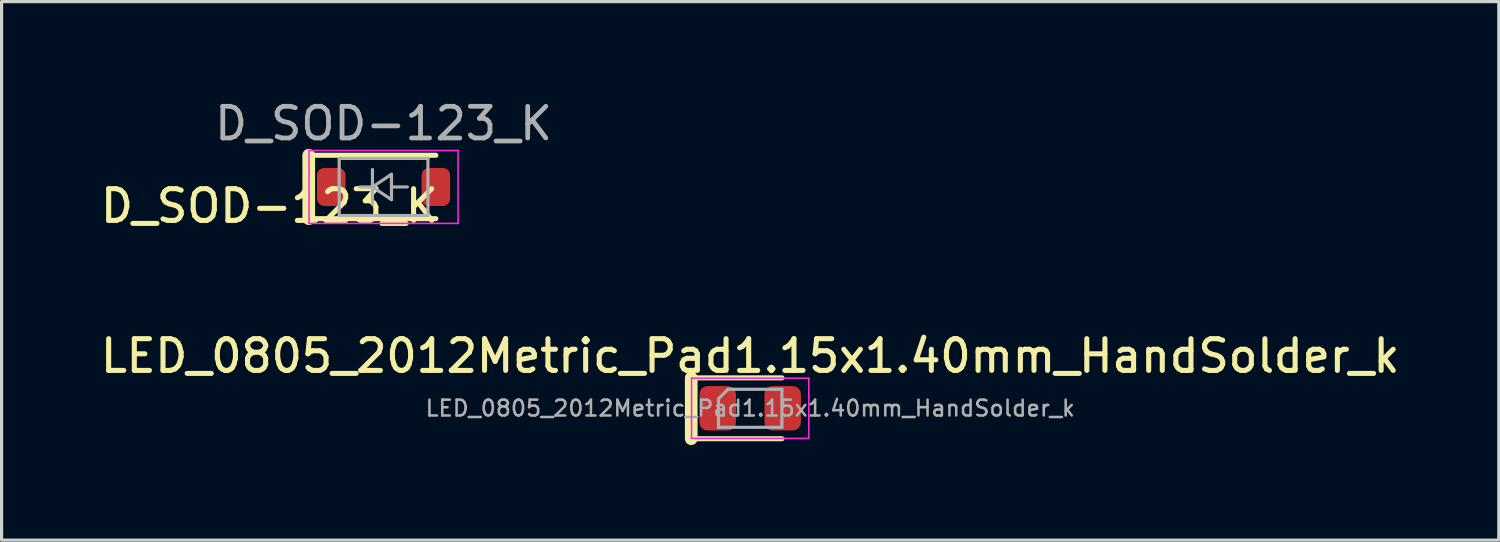
<source format=kicad_pcb>
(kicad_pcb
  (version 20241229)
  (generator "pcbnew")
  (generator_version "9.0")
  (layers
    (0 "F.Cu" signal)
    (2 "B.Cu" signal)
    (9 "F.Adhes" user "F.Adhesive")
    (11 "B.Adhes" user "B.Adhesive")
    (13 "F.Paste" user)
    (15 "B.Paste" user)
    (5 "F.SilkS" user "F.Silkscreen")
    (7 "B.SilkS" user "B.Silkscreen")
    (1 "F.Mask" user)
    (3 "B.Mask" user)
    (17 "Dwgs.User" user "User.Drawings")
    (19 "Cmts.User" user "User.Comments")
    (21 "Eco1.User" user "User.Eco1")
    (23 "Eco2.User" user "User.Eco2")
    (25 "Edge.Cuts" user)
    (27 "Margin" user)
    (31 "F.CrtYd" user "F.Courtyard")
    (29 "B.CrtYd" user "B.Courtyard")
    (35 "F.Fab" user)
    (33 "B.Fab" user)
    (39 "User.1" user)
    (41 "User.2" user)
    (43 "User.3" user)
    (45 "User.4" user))
  (footprint "D_SOD-123_K"
    (layer "F.Cu")
    (at 9.05 2.848)
    (property "Reference" "D_SOD-123_K" (at -3.6 0.6 180) (layer "F.SilkS") (effects (font (size 1 1) (thickness 0.16))))
    (attr smd)
    (fp_line (start -2.36 -1) (end -2.36 1) (stroke (width 0.4) (type solid)) (layer "F.SilkS"))
    (fp_line (start -2.36 -1) (end 1.65 -1) (stroke (width 0.16) (type solid)) (layer "F.SilkS"))
    (fp_line (start -2.36 1) (end 1.65 1) (stroke (width 0.16) (type solid)) (layer "F.SilkS"))
    (fp_line (start -2.35 -1.15) (end -2.35 1.15) (stroke (width 0.05) (type solid)) (layer "F.CrtYd"))
    (fp_line (start -2.35 -1.15) (end 2.35 -1.15) (stroke (width 0.05) (type solid)) (layer "F.CrtYd"))
    (fp_line (start 2.35 -1.15) (end 2.35 1.15) (stroke (width 0.05) (type solid)) (layer "F.CrtYd"))
    (fp_line (start 2.35 1.15) (end -2.35 1.15) (stroke (width 0.05) (type solid)) (layer "F.CrtYd"))
    (fp_line (start -1.4 -0.9) (end 1.4 -0.9) (stroke (width 0.1) (type solid)) (layer "F.Fab"))
    (fp_line (start -1.4 0.9) (end -1.4 -0.9) (stroke (width 0.1) (type solid)) (layer "F.Fab"))
    (fp_line (start -0.75 0) (end -0.35 0) (stroke (width 0.1) (type solid)) (layer "F.Fab"))
    (fp_line (start -0.35 0) (end -0.35 -0.55) (stroke (width 0.1) (type solid)) (layer "F.Fab"))
    (fp_line (start -0.35 0) (end -0.35 0.55) (stroke (width 0.1) (type solid)) (layer "F.Fab"))
    (fp_line (start -0.35 0) (end 0.25 -0.4) (stroke (width 0.1) (type solid)) (layer "F.Fab"))
    (fp_line (start 0.25 -0.4) (end 0.25 0.4) (stroke (width 0.1) (type solid)) (layer "F.Fab"))
    (fp_line (start 0.25 0) (end 0.75 0) (stroke (width 0.1) (type solid)) (layer "F.Fab"))
    (fp_line (start 0.25 0.4) (end -0.35 0) (stroke (width 0.1) (type solid)) (layer "F.Fab"))
    (fp_line (start 1.4 -0.9) (end 1.4 0.9) (stroke (width 0.1) (type solid)) (layer "F.Fab"))
    (fp_line (start 1.4 0.9) (end -1.4 0.9) (stroke (width 0.1) (type solid)) (layer "F.Fab"))
    (fp_text user "${REFERENCE}" (at 0 -2 180) (layer "F.Fab") (effects (font (size 1 1) (thickness 0.15))))
    (pad "1" smd roundrect (at -1.65 0) (size 0.9 1.2) (layers "F.Cu" "F.Mask" "F.Paste") (roundrect_rratio 0.25))
    (pad "2" smd roundrect (at 1.65 0) (size 0.9 1.2) (layers "F.Cu" "F.Mask" "F.Paste") (roundrect_rratio 0.25)))
  (footprint "LED_0805_2012Metric_Pad1.15x1.40mm_HandSolder_k"
    (layer "F.Cu")
    (at 20.616 9.83)
    (property "Reference" "LED_0805_2012Metric_Pad1.15x1.40mm_HandSolder_k" (at 0 -1.65 0) (layer "F.SilkS") (effects (font (size 1 1) (thickness 0.16))))
    (attr smd)
    (fp_line (start -1.86 -0.96) (end -1.86 0.96) (stroke (width 0.4) (type solid)) (layer "F.SilkS"))
    (fp_line (start -1.86 0.96) (end 1 0.96) (stroke (width 0.16) (type solid)) (layer "F.SilkS"))
    (fp_line (start 1 -0.96) (end -1.86 -0.96) (stroke (width 0.16) (type solid)) (layer "F.SilkS"))
    (fp_line (start -1.85 -0.95) (end 1.85 -0.95) (stroke (width 0.05) (type solid)) (layer "F.CrtYd"))
    (fp_line (start -1.85 0.95) (end -1.85 -0.95) (stroke (width 0.05) (type solid)) (layer "F.CrtYd"))
    (fp_line (start 1.85 -0.95) (end 1.85 0.95) (stroke (width 0.05) (type solid)) (layer "F.CrtYd"))
    (fp_line (start 1.85 0.95) (end -1.85 0.95) (stroke (width 0.05) (type solid)) (layer "F.CrtYd"))
    (fp_line (start -1 -0.3) (end -1 0.6) (stroke (width 0.1) (type solid)) (layer "F.Fab"))
    (fp_line (start -1 0.6) (end 1 0.6) (stroke (width 0.1) (type solid)) (layer "F.Fab"))
    (fp_line (start -0.7 -0.6) (end -1 -0.3) (stroke (width 0.1) (type solid)) (layer "F.Fab"))
    (fp_line (start 1 -0.6) (end -0.7 -0.6) (stroke (width 0.1) (type solid)) (layer "F.Fab"))
    (fp_line (start 1 0.6) (end 1 -0.6) (stroke (width 0.1) (type solid)) (layer "F.Fab"))
    (fp_text user "${REFERENCE}" (at 0 0 0) (layer "F.Fab") (effects (font (size 0.5 0.5) (thickness 0.08))))
    (pad "1" smd roundrect (at -1.025 0) (size 1.15 1.4) (layers "F.Cu" "F.Mask" "F.Paste") (roundrect_rratio 0.217))
    (pad "2" smd roundrect (at 1.025 0) (size 1.15 1.4) (layers "F.Cu" "F.Mask" "F.Paste") (roundrect_rratio 0.217)))
  (gr_rect
    (start -3 -3)
    (end 44.232 13.99)
    (stroke (width 0.1) (type default))
    (fill no)
    (layer "Edge.Cuts")))
</source>
